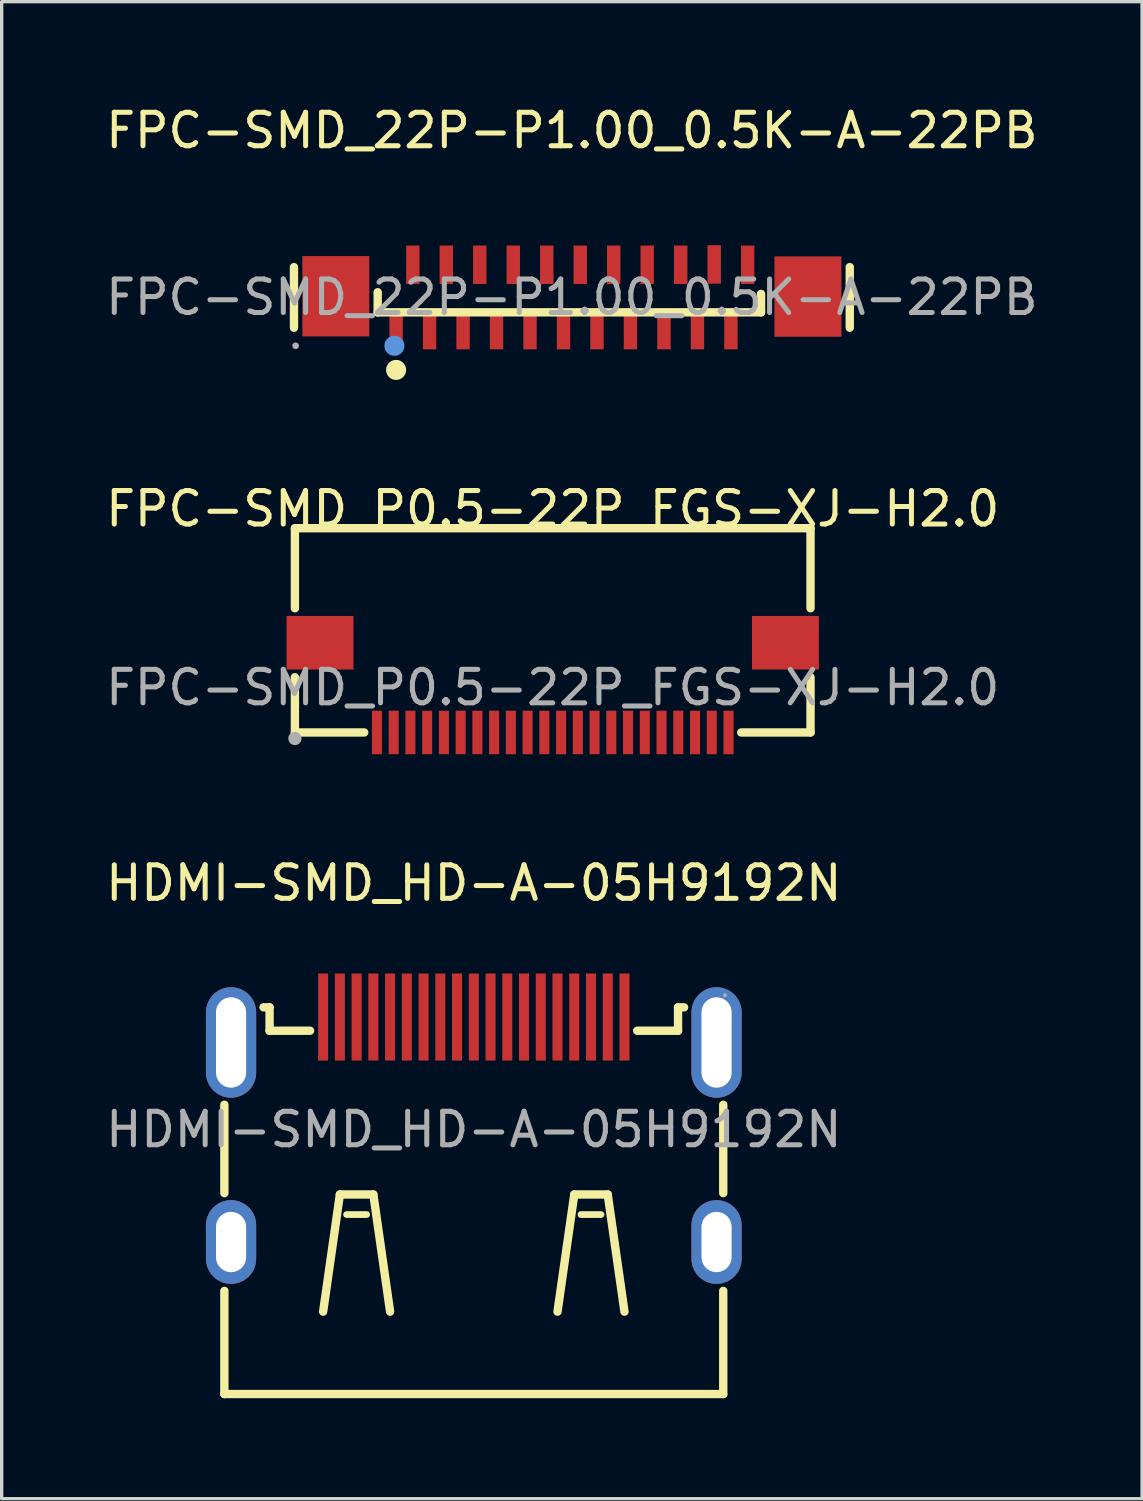
<source format=kicad_pcb>
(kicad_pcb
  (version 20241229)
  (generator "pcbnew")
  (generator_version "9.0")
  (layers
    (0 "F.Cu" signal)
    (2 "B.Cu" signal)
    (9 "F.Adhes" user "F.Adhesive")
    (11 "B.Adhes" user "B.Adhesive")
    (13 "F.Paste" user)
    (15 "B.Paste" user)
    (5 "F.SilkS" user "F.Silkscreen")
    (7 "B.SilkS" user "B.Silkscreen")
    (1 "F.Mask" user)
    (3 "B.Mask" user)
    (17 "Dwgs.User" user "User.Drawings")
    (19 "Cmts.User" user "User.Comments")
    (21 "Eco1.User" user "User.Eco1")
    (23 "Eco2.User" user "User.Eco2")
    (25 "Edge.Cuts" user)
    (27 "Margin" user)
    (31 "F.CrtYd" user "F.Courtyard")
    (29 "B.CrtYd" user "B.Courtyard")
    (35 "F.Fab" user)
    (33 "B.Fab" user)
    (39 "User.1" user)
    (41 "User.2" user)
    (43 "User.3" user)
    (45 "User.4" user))
  (footprint "FPC-SMD_22P-P1.00_0.5K-A-22PB"
    (layer "F.Cu")
    (at 14.03 5.828)
    (property "Reference" "FPC-SMD_22P-P1.00_0.5K-A-22PB" (at 0 -4.98 0) (layer "F.SilkS") (effects (font (size 1 1) (thickness 0.15))))
    (attr smd)
    (fp_line (start -8.3 -0.9) (end -8.3 0.91) (stroke (width 0.25) (type solid)) (layer "F.SilkS"))
    (fp_line (start -5.8 0.45) (end -5.8 -0.15) (stroke (width 0.25) (type solid)) (layer "F.SilkS"))
    (fp_line (start 5.65 -0.1) (end 5.65 0.45) (stroke (width 0.25) (type solid)) (layer "F.SilkS"))
    (fp_line (start 5.65 0.45) (end -5.8 0.45) (stroke (width 0.25) (type solid)) (layer "F.SilkS"))
    (fp_line (start 8.3 0.91) (end 8.3 -0.9) (stroke (width 0.25) (type solid)) (layer "F.SilkS"))
    (fp_arc (start -5.4 2.17) (mid -5.100083 2.165001) (end -5.399667 2.179993) (stroke (width 0.3) (type solid)) (layer "F.SilkS"))
    (fp_circle (center -5.3 1.45) (end -5.15 1.45) (stroke (width 0.3) (type solid)) (fill no) (layer "Cmts.User"))
    (fp_circle (center -8.25 1.45) (end -8.2 1.45) (stroke (width 0.1) (type solid)) (fill no) (layer "F.Fab"))
    (fp_text user "${REFERENCE}" (at 0 0 0) (layer "F.Fab") (effects (font (size 1 1) (thickness 0.15))))
    (pad "1" smd rect (at -5.25 0.98) (size 0.4 1.15) (layers "F.Cu" "F.Mask" "F.Paste"))
    (pad "2" smd rect (at -4.75 -0.97) (size 0.4 1.15) (layers "F.Cu" "F.Mask" "F.Paste"))
    (pad "3" smd rect (at -4.25 0.98) (size 0.4 1.15) (layers "F.Cu" "F.Mask" "F.Paste"))
    (pad "4" smd rect (at -3.75 -0.97) (size 0.4 1.15) (layers "F.Cu" "F.Mask" "F.Paste"))
    (pad "5" smd rect (at -3.25 0.98) (size 0.4 1.15) (layers "F.Cu" "F.Mask" "F.Paste"))
    (pad "6" smd rect (at -2.75 -0.97) (size 0.4 1.15) (layers "F.Cu" "F.Mask" "F.Paste"))
    (pad "7" smd rect (at -2.25 0.98) (size 0.4 1.15) (layers "F.Cu" "F.Mask" "F.Paste"))
    (pad "8" smd rect (at -1.75 -0.97) (size 0.4 1.15) (layers "F.Cu" "F.Mask" "F.Paste"))
    (pad "9" smd rect (at -1.25 0.98) (size 0.4 1.15) (layers "F.Cu" "F.Mask" "F.Paste"))
    (pad "10" smd rect (at -0.75 -0.97) (size 0.4 1.15) (layers "F.Cu" "F.Mask" "F.Paste"))
    (pad "11" smd rect (at -0.25 0.98) (size 0.4 1.15) (layers "F.Cu" "F.Mask" "F.Paste"))
    (pad "12" smd rect (at 0.25 -0.97) (size 0.4 1.15) (layers "F.Cu" "F.Mask" "F.Paste"))
    (pad "13" smd rect (at 0.75 0.98) (size 0.4 1.15) (layers "F.Cu" "F.Mask" "F.Paste"))
    (pad "14" smd rect (at 1.25 -0.97) (size 0.4 1.15) (layers "F.Cu" "F.Mask" "F.Paste"))
    (pad "15" smd rect (at 1.75 0.98) (size 0.4 1.15) (layers "F.Cu" "F.Mask" "F.Paste"))
    (pad "16" smd rect (at 2.25 -0.97) (size 0.4 1.15) (layers "F.Cu" "F.Mask" "F.Paste"))
    (pad "17" smd rect (at 2.75 0.98) (size 0.4 1.15) (layers "F.Cu" "F.Mask" "F.Paste"))
    (pad "18" smd rect (at 3.25 -0.97) (size 0.4 1.15) (layers "F.Cu" "F.Mask" "F.Paste"))
    (pad "19" smd rect (at 3.75 0.98) (size 0.4 1.15) (layers "F.Cu" "F.Mask" "F.Paste"))
    (pad "20" smd rect (at 4.25 -0.98) (size 0.4 1.15) (layers "F.Cu" "F.Mask" "F.Paste"))
    (pad "21" smd rect (at 4.75 0.98) (size 0.4 1.15) (layers "F.Cu" "F.Mask" "F.Paste"))
    (pad "22" smd rect (at 5.25 -0.97) (size 0.4 1.15) (layers "F.Cu" "F.Mask" "F.Paste"))
    (pad "23" smd rect (at 7.05 -0.02 90) (size 2.4 2) (layers "F.Cu" "F.Mask" "F.Paste"))
    (pad "24" smd rect (at -7.05 -0.03 90) (size 2.4 2) (layers "F.Cu" "F.Mask" "F.Paste")))
  (footprint "HDMI-SMD_HD-A-05H9192N"
    (layer "F.Cu")
    (at 11.101 30.685)
    (property "Reference" "HDMI-SMD_HD-A-05H9192N" (at 0 -7.36 0) (layer "F.SilkS") (effects (font (size 1 1) (thickness 0.15))))
    (attr smd)
    (fp_line (start -7.45 -0.74) (end -7.45 1.9) (stroke (width 0.25) (type solid)) (layer "F.SilkS"))
    (fp_line (start -7.45 4.82) (end -7.45 7.9) (stroke (width 0.25) (type solid)) (layer "F.SilkS"))
    (fp_line (start -7.45 7.9) (end 7.45 7.9) (stroke (width 0.25) (type solid)) (layer "F.SilkS"))
    (fp_line (start -6.1 -3.65) (end -6.28 -3.65) (stroke (width 0.25) (type solid)) (layer "F.SilkS"))
    (fp_line (start -6.1 -2.95) (end -6.1 -3.65) (stroke (width 0.25) (type solid)) (layer "F.SilkS"))
    (fp_line (start -4.89 -2.95) (end -6.1 -2.95) (stroke (width 0.25) (type solid)) (layer "F.SilkS"))
    (fp_line (start -4 1.94) (end -4.5 5.44) (stroke (width 0.25) (type solid)) (layer "F.SilkS"))
    (fp_line (start -3.2 2.54) (end -3.8 2.54) (stroke (width 0.2) (type solid)) (layer "F.SilkS"))
    (fp_line (start -3 1.94) (end -4 1.94) (stroke (width 0.25) (type solid)) (layer "F.SilkS"))
    (fp_line (start -2.5 5.44) (end -3 1.94) (stroke (width 0.25) (type solid)) (layer "F.SilkS"))
    (fp_line (start 2.5 5.44) (end 3 1.94) (stroke (width 0.25) (type solid)) (layer "F.SilkS"))
    (fp_line (start 3 1.94) (end 4 1.94) (stroke (width 0.25) (type solid)) (layer "F.SilkS"))
    (fp_line (start 3.2 2.54) (end 3.8 2.54) (stroke (width 0.2) (type solid)) (layer "F.SilkS"))
    (fp_line (start 4 1.94) (end 4.5 5.44) (stroke (width 0.25) (type solid)) (layer "F.SilkS"))
    (fp_line (start 6.1 -3.65) (end 6.1 -2.95) (stroke (width 0.25) (type solid)) (layer "F.SilkS"))
    (fp_line (start 6.1 -2.95) (end 4.88 -2.95) (stroke (width 0.25) (type solid)) (layer "F.SilkS"))
    (fp_line (start 6.28 -3.65) (end 6.1 -3.65) (stroke (width 0.25) (type solid)) (layer "F.SilkS"))
    (fp_line (start 7.45 1.9) (end 7.45 -0.74) (stroke (width 0.25) (type solid)) (layer "F.SilkS"))
    (fp_line (start 7.45 7.9) (end 7.45 4.82) (stroke (width 0.25) (type solid)) (layer "F.SilkS"))
    (fp_circle (center 7.5 -4.01) (end 7.53 -4.01) (stroke (width 0.06) (type solid)) (fill no) (layer "F.Fab"))
    (fp_text user "${REFERENCE}" (at 0 0 0) (layer "F.Fab") (effects (font (size 1 1) (thickness 0.15))))
    (pad "1" smd rect (at 4.5 -3.36) (size 0.3 2.6) (layers "F.Cu" "F.Mask" "F.Paste"))
    (pad "2" smd rect (at 4 -3.36) (size 0.3 2.6) (layers "F.Cu" "F.Mask" "F.Paste"))
    (pad "3" smd rect (at 3.5 -3.36) (size 0.3 2.6) (layers "F.Cu" "F.Mask" "F.Paste"))
    (pad "4" smd rect (at 3 -3.36) (size 0.3 2.6) (layers "F.Cu" "F.Mask" "F.Paste"))
    (pad "5" smd rect (at 2.5 -3.36) (size 0.3 2.6) (layers "F.Cu" "F.Mask" "F.Paste"))
    (pad "6" smd rect (at 2 -3.36) (size 0.3 2.6) (layers "F.Cu" "F.Mask" "F.Paste"))
    (pad "7" smd rect (at 1.5 -3.36) (size 0.3 2.6) (layers "F.Cu" "F.Mask" "F.Paste"))
    (pad "8" smd rect (at 1 -3.36) (size 0.3 2.6) (layers "F.Cu" "F.Mask" "F.Paste"))
    (pad "9" smd rect (at 0.5 -3.36) (size 0.3 2.6) (layers "F.Cu" "F.Mask" "F.Paste"))
    (pad "10" smd rect (at 0 -3.36) (size 0.3 2.6) (layers "F.Cu" "F.Mask" "F.Paste"))
    (pad "11" smd rect (at -0.5 -3.36) (size 0.3 2.6) (layers "F.Cu" "F.Mask" "F.Paste"))
    (pad "12" smd rect (at -1 -3.36) (size 0.3 2.6) (layers "F.Cu" "F.Mask" "F.Paste"))
    (pad "13" smd rect (at -1.5 -3.36) (size 0.3 2.6) (layers "F.Cu" "F.Mask" "F.Paste"))
    (pad "14" smd rect (at -2 -3.36) (size 0.3 2.6) (layers "F.Cu" "F.Mask" "F.Paste"))
    (pad "15" smd rect (at -2.5 -3.36) (size 0.3 2.6) (layers "F.Cu" "F.Mask" "F.Paste"))
    (pad "16" smd rect (at -3 -3.36) (size 0.3 2.6) (layers "F.Cu" "F.Mask" "F.Paste"))
    (pad "17" smd rect (at -3.5 -3.36) (size 0.3 2.6) (layers "F.Cu" "F.Mask" "F.Paste"))
    (pad "18" smd rect (at -4 -3.36) (size 0.3 2.6) (layers "F.Cu" "F.Mask" "F.Paste"))
    (pad "19" smd rect (at -4.5 -3.36) (size 0.3 2.6) (layers "F.Cu" "F.Mask" "F.Paste"))
    (pad "20" thru_hole oval (at 7.25 3.36) (size 1.5 2.5) (drill oval 0.9 1.8) (layers "*.Cu" "*.Mask"))
    (pad "21" thru_hole oval (at -7.25 3.36) (size 1.5 2.5) (drill oval 0.9 1.8) (layers "*.Cu" "*.Mask"))
    (pad "22" thru_hole oval (at 7.25 -2.6) (size 1.5 3.3) (drill oval 0.9 2.7) (layers "*.Cu" "*.Mask"))
    (pad "23" thru_hole oval (at -7.25 -2.6) (size 1.5 3.3) (drill oval 0.9 2.7) (layers "*.Cu" "*.Mask")))
  (footprint "FPC-SMD_P0.5-22P_FGS-XJ-H2.0"
    (layer "F.Cu")
    (at 13.458 17.486)
    (property "Reference" "FPC-SMD_P0.5-22P_FGS-XJ-H2.0" (at 0 -5.34 0) (layer "F.SilkS") (effects (font (size 1 1) (thickness 0.15))))
    (attr smd)
    (fp_line (start -7.7 -4.76) (end 7.7 -4.76) (stroke (width 0.25) (type solid)) (layer "F.SilkS"))
    (fp_line (start -7.7 -2.37) (end -7.7 -4.76) (stroke (width 0.25) (type solid)) (layer "F.SilkS"))
    (fp_line (start -7.7 1.34) (end -7.7 -0.31) (stroke (width 0.25) (type solid)) (layer "F.SilkS"))
    (fp_line (start -5.63 1.34) (end -7.7 1.34) (stroke (width 0.25) (type solid)) (layer "F.SilkS"))
    (fp_line (start 7.7 -4.76) (end 7.7 -2.37) (stroke (width 0.25) (type solid)) (layer "F.SilkS"))
    (fp_line (start 7.7 -0.31) (end 7.7 1.34) (stroke (width 0.25) (type solid)) (layer "F.SilkS"))
    (fp_line (start 7.7 1.34) (end 5.63 1.34) (stroke (width 0.25) (type solid)) (layer "F.SilkS"))
    (fp_circle (center -7.7 1.52) (end -7.6 1.52) (stroke (width 0.2) (type solid)) (fill no) (layer "F.Fab"))
    (fp_text user "${REFERENCE}" (at 0 0 0) (layer "F.Fab") (effects (font (size 1 1) (thickness 0.15))))
    (pad "1" smd rect (at -5.25 1.34) (size 0.3 1.3) (layers "F.Cu" "F.Mask" "F.Paste"))
    (pad "2" smd rect (at -4.75 1.34) (size 0.3 1.3) (layers "F.Cu" "F.Mask" "F.Paste"))
    (pad "3" smd rect (at -4.25 1.34) (size 0.3 1.3) (layers "F.Cu" "F.Mask" "F.Paste"))
    (pad "4" smd rect (at -3.75 1.34) (size 0.3 1.3) (layers "F.Cu" "F.Mask" "F.Paste"))
    (pad "5" smd rect (at -3.25 1.34) (size 0.3 1.3) (layers "F.Cu" "F.Mask" "F.Paste"))
    (pad "6" smd rect (at -2.75 1.34) (size 0.3 1.3) (layers "F.Cu" "F.Mask" "F.Paste"))
    (pad "7" smd rect (at -2.25 1.34) (size 0.3 1.3) (layers "F.Cu" "F.Mask" "F.Paste"))
    (pad "8" smd rect (at -1.75 1.34) (size 0.3 1.3) (layers "F.Cu" "F.Mask" "F.Paste"))
    (pad "9" smd rect (at -1.25 1.34) (size 0.3 1.3) (layers "F.Cu" "F.Mask" "F.Paste"))
    (pad "10" smd rect (at -0.75 1.34) (size 0.3 1.3) (layers "F.Cu" "F.Mask" "F.Paste"))
    (pad "11" smd rect (at -0.25 1.34) (size 0.3 1.3) (layers "F.Cu" "F.Mask" "F.Paste"))
    (pad "12" smd rect (at 0.25 1.34) (size 0.3 1.3) (layers "F.Cu" "F.Mask" "F.Paste"))
    (pad "13" smd rect (at 0.75 1.34) (size 0.3 1.3) (layers "F.Cu" "F.Mask" "F.Paste"))
    (pad "14" smd rect (at 1.25 1.34) (size 0.3 1.3) (layers "F.Cu" "F.Mask" "F.Paste"))
    (pad "15" smd rect (at 1.75 1.34) (size 0.3 1.3) (layers "F.Cu" "F.Mask" "F.Paste"))
    (pad "16" smd rect (at 2.25 1.34) (size 0.3 1.3) (layers "F.Cu" "F.Mask" "F.Paste"))
    (pad "17" smd rect (at 2.75 1.34) (size 0.3 1.3) (layers "F.Cu" "F.Mask" "F.Paste"))
    (pad "18" smd rect (at 3.25 1.34) (size 0.3 1.3) (layers "F.Cu" "F.Mask" "F.Paste"))
    (pad "19" smd rect (at 3.75 1.34) (size 0.3 1.3) (layers "F.Cu" "F.Mask" "F.Paste"))
    (pad "20" smd rect (at 4.25 1.34) (size 0.3 1.3) (layers "F.Cu" "F.Mask" "F.Paste"))
    (pad "21" smd rect (at 4.75 1.34) (size 0.3 1.3) (layers "F.Cu" "F.Mask" "F.Paste"))
    (pad "22" smd rect (at 5.25 1.34) (size 0.3 1.3) (layers "F.Cu" "F.Mask" "F.Paste"))
    (pad "23" smd rect (at 6.95 -1.34 270) (size 1.6 2) (layers "F.Cu" "F.Mask" "F.Paste"))
    (pad "24" smd rect (at -6.95 -1.34 270) (size 1.6 2) (layers "F.Cu" "F.Mask" "F.Paste")))
  (gr_rect
    (start -3 -3)
    (end 31.06 41.71)
    (stroke (width 0.1) (type default))
    (fill no)
    (layer "Edge.Cuts")))
</source>
